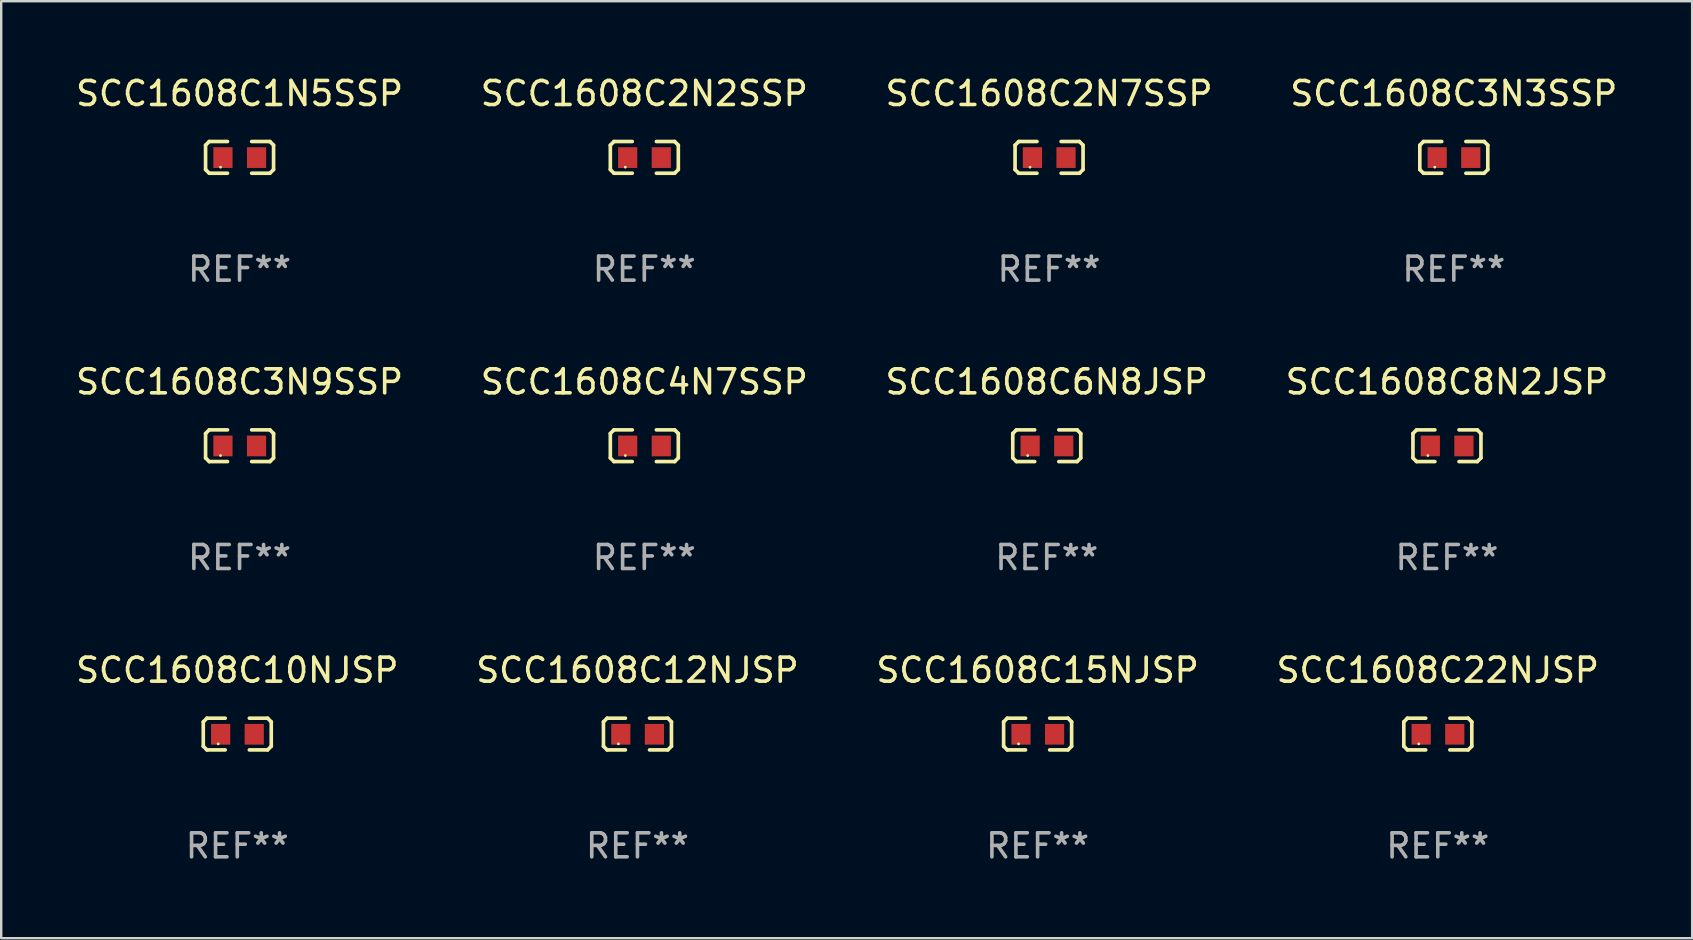
<source format=kicad_pcb>
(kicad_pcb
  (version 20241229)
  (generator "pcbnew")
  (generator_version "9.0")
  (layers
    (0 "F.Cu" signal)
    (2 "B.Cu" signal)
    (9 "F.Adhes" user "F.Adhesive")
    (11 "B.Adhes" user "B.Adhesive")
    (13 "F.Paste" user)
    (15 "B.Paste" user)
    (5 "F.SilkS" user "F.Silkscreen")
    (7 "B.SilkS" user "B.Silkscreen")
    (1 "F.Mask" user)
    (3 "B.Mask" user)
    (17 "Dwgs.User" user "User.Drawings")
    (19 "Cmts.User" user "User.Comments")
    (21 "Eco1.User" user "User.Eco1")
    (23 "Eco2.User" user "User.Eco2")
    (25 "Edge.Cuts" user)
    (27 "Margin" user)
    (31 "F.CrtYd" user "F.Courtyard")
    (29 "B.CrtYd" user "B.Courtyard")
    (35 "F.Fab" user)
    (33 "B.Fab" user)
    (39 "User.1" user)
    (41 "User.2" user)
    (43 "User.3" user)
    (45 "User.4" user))
  (footprint "SCC1608C1N5SSP"
    (layer "F.Cu")
    (at 6.935 3.509)
    (property "Reference" "SCC1608C1N5SSP" (at 0 -2.661 0) (layer "F.SilkS") (effects (font (size 1 1) (thickness 0.15))))
    (attr through_hole)
    (fp_line (start -1.417 -0.508) (end -1.265 -0.661) (stroke (width 0.152) (type solid)) (layer "F.SilkS"))
    (fp_line (start -1.417 0.508) (end -1.417 -0.508) (stroke (width 0.152) (type solid)) (layer "F.SilkS"))
    (fp_line (start -1.265 -0.661) (end -0.503 -0.661) (stroke (width 0.152) (type solid)) (layer "F.SilkS"))
    (fp_line (start -1.265 0.661) (end -1.417 0.508) (stroke (width 0.152) (type solid)) (layer "F.SilkS"))
    (fp_line (start -1.265 0.661) (end -0.503 0.661) (stroke (width 0.152) (type solid)) (layer "F.SilkS"))
    (fp_line (start 1.265 -0.661) (end 0.503 -0.661) (stroke (width 0.152) (type solid)) (layer "F.SilkS"))
    (fp_line (start 1.265 -0.661) (end 1.417 -0.508) (stroke (width 0.152) (type solid)) (layer "F.SilkS"))
    (fp_line (start 1.265 0.661) (end 0.503 0.661) (stroke (width 0.152) (type solid)) (layer "F.SilkS"))
    (fp_line (start 1.417 -0.508) (end 1.417 0.508) (stroke (width 0.152) (type solid)) (layer "F.SilkS"))
    (fp_line (start 1.417 0.508) (end 1.265 0.661) (stroke (width 0.152) (type solid)) (layer "F.SilkS"))
    (fp_circle (center -0.793 0.409) (end -0.763 0.409) (stroke (width 0.06) (type solid)) (fill no) (layer "F.SilkS"))
    (fp_text user "REF**" (at 0 4.661 0) (layer "F.Fab") (effects (font (size 1 1) (thickness 0.15))))
    (pad "1" smd rect (at -0.693 0.009 180) (size 0.8 0.864) (layers "F.Cu" "F.Mask" "F.Paste"))
    (pad "2" smd rect (at 0.707 0.009 180) (size 0.8 0.864) (layers "F.Cu" "F.Mask" "F.Paste")))
  (footprint "SCC1608C2N2SSP"
    (layer "F.Cu")
    (at 23.804 3.509)
    (property "Reference" "SCC1608C2N2SSP" (at 0 -2.661 0) (layer "F.SilkS") (effects (font (size 1 1) (thickness 0.15))))
    (attr through_hole)
    (fp_line (start -1.417 -0.508) (end -1.265 -0.661) (stroke (width 0.152) (type solid)) (layer "F.SilkS"))
    (fp_line (start -1.417 0.508) (end -1.417 -0.508) (stroke (width 0.152) (type solid)) (layer "F.SilkS"))
    (fp_line (start -1.265 -0.661) (end -0.503 -0.661) (stroke (width 0.152) (type solid)) (layer "F.SilkS"))
    (fp_line (start -1.265 0.661) (end -1.417 0.508) (stroke (width 0.152) (type solid)) (layer "F.SilkS"))
    (fp_line (start -1.265 0.661) (end -0.503 0.661) (stroke (width 0.152) (type solid)) (layer "F.SilkS"))
    (fp_line (start 1.265 -0.661) (end 0.503 -0.661) (stroke (width 0.152) (type solid)) (layer "F.SilkS"))
    (fp_line (start 1.265 -0.661) (end 1.417 -0.508) (stroke (width 0.152) (type solid)) (layer "F.SilkS"))
    (fp_line (start 1.265 0.661) (end 0.503 0.661) (stroke (width 0.152) (type solid)) (layer "F.SilkS"))
    (fp_line (start 1.417 -0.508) (end 1.417 0.508) (stroke (width 0.152) (type solid)) (layer "F.SilkS"))
    (fp_line (start 1.417 0.508) (end 1.265 0.661) (stroke (width 0.152) (type solid)) (layer "F.SilkS"))
    (fp_circle (center -0.793 0.409) (end -0.763 0.409) (stroke (width 0.06) (type solid)) (fill no) (layer "F.SilkS"))
    (fp_text user "REF**" (at 0 4.661 0) (layer "F.Fab") (effects (font (size 1 1) (thickness 0.15))))
    (pad "1" smd rect (at -0.693 0.009 180) (size 0.8 0.864) (layers "F.Cu" "F.Mask" "F.Paste"))
    (pad "2" smd rect (at 0.707 0.009 180) (size 0.8 0.864) (layers "F.Cu" "F.Mask" "F.Paste")))
  (footprint "SCC1608C3N3SSP"
    (layer "F.Cu")
    (at 57.542 3.509)
    (property "Reference" "SCC1608C3N3SSP" (at 0 -2.661 0) (layer "F.SilkS") (effects (font (size 1 1) (thickness 0.15))))
    (attr through_hole)
    (fp_line (start -1.417 -0.508) (end -1.265 -0.661) (stroke (width 0.152) (type solid)) (layer "F.SilkS"))
    (fp_line (start -1.417 0.508) (end -1.417 -0.508) (stroke (width 0.152) (type solid)) (layer "F.SilkS"))
    (fp_line (start -1.265 -0.661) (end -0.503 -0.661) (stroke (width 0.152) (type solid)) (layer "F.SilkS"))
    (fp_line (start -1.265 0.661) (end -1.417 0.508) (stroke (width 0.152) (type solid)) (layer "F.SilkS"))
    (fp_line (start -1.265 0.661) (end -0.503 0.661) (stroke (width 0.152) (type solid)) (layer "F.SilkS"))
    (fp_line (start 1.265 -0.661) (end 0.503 -0.661) (stroke (width 0.152) (type solid)) (layer "F.SilkS"))
    (fp_line (start 1.265 -0.661) (end 1.417 -0.508) (stroke (width 0.152) (type solid)) (layer "F.SilkS"))
    (fp_line (start 1.265 0.661) (end 0.503 0.661) (stroke (width 0.152) (type solid)) (layer "F.SilkS"))
    (fp_line (start 1.417 -0.508) (end 1.417 0.508) (stroke (width 0.152) (type solid)) (layer "F.SilkS"))
    (fp_line (start 1.417 0.508) (end 1.265 0.661) (stroke (width 0.152) (type solid)) (layer "F.SilkS"))
    (fp_circle (center -0.793 0.409) (end -0.763 0.409) (stroke (width 0.06) (type solid)) (fill no) (layer "F.SilkS"))
    (fp_text user "REF**" (at 0 4.661 0) (layer "F.Fab") (effects (font (size 1 1) (thickness 0.15))))
    (pad "1" smd rect (at -0.693 0.009 180) (size 0.8 0.864) (layers "F.Cu" "F.Mask" "F.Paste"))
    (pad "2" smd rect (at 0.707 0.009 180) (size 0.8 0.864) (layers "F.Cu" "F.Mask" "F.Paste")))
  (footprint "SCC1608C2N7SSP"
    (layer "F.Cu")
    (at 40.673 3.509)
    (property "Reference" "SCC1608C2N7SSP" (at 0 -2.661 0) (layer "F.SilkS") (effects (font (size 1 1) (thickness 0.15))))
    (attr through_hole)
    (fp_line (start -1.417 -0.508) (end -1.265 -0.661) (stroke (width 0.152) (type solid)) (layer "F.SilkS"))
    (fp_line (start -1.417 0.508) (end -1.417 -0.508) (stroke (width 0.152) (type solid)) (layer "F.SilkS"))
    (fp_line (start -1.265 -0.661) (end -0.503 -0.661) (stroke (width 0.152) (type solid)) (layer "F.SilkS"))
    (fp_line (start -1.265 0.661) (end -1.417 0.508) (stroke (width 0.152) (type solid)) (layer "F.SilkS"))
    (fp_line (start -1.265 0.661) (end -0.503 0.661) (stroke (width 0.152) (type solid)) (layer "F.SilkS"))
    (fp_line (start 1.265 -0.661) (end 0.503 -0.661) (stroke (width 0.152) (type solid)) (layer "F.SilkS"))
    (fp_line (start 1.265 -0.661) (end 1.417 -0.508) (stroke (width 0.152) (type solid)) (layer "F.SilkS"))
    (fp_line (start 1.265 0.661) (end 0.503 0.661) (stroke (width 0.152) (type solid)) (layer "F.SilkS"))
    (fp_line (start 1.417 -0.508) (end 1.417 0.508) (stroke (width 0.152) (type solid)) (layer "F.SilkS"))
    (fp_line (start 1.417 0.508) (end 1.265 0.661) (stroke (width 0.152) (type solid)) (layer "F.SilkS"))
    (fp_circle (center -0.793 0.409) (end -0.763 0.409) (stroke (width 0.06) (type solid)) (fill no) (layer "F.SilkS"))
    (fp_text user "REF**" (at 0 4.661 0) (layer "F.Fab") (effects (font (size 1 1) (thickness 0.15))))
    (pad "1" smd rect (at -0.693 0.009 180) (size 0.8 0.864) (layers "F.Cu" "F.Mask" "F.Paste"))
    (pad "2" smd rect (at 0.707 0.009 180) (size 0.8 0.864) (layers "F.Cu" "F.Mask" "F.Paste")))
  (footprint "SCC1608C8N2JSP"
    (layer "F.Cu")
    (at 57.256 15.527)
    (property "Reference" "SCC1608C8N2JSP" (at 0 -2.661 0) (layer "F.SilkS") (effects (font (size 1 1) (thickness 0.15))))
    (attr through_hole)
    (fp_line (start -1.417 -0.508) (end -1.265 -0.661) (stroke (width 0.152) (type solid)) (layer "F.SilkS"))
    (fp_line (start -1.417 0.508) (end -1.417 -0.508) (stroke (width 0.152) (type solid)) (layer "F.SilkS"))
    (fp_line (start -1.265 -0.661) (end -0.503 -0.661) (stroke (width 0.152) (type solid)) (layer "F.SilkS"))
    (fp_line (start -1.265 0.661) (end -1.417 0.508) (stroke (width 0.152) (type solid)) (layer "F.SilkS"))
    (fp_line (start -1.265 0.661) (end -0.503 0.661) (stroke (width 0.152) (type solid)) (layer "F.SilkS"))
    (fp_line (start 1.265 -0.661) (end 0.503 -0.661) (stroke (width 0.152) (type solid)) (layer "F.SilkS"))
    (fp_line (start 1.265 -0.661) (end 1.417 -0.508) (stroke (width 0.152) (type solid)) (layer "F.SilkS"))
    (fp_line (start 1.265 0.661) (end 0.503 0.661) (stroke (width 0.152) (type solid)) (layer "F.SilkS"))
    (fp_line (start 1.417 -0.508) (end 1.417 0.508) (stroke (width 0.152) (type solid)) (layer "F.SilkS"))
    (fp_line (start 1.417 0.508) (end 1.265 0.661) (stroke (width 0.152) (type solid)) (layer "F.SilkS"))
    (fp_circle (center -0.793 0.409) (end -0.763 0.409) (stroke (width 0.06) (type solid)) (fill no) (layer "F.SilkS"))
    (fp_text user "REF**" (at 0 4.661 0) (layer "F.Fab") (effects (font (size 1 1) (thickness 0.15))))
    (pad "1" smd rect (at -0.693 0.009 180) (size 0.8 0.864) (layers "F.Cu" "F.Mask" "F.Paste"))
    (pad "2" smd rect (at 0.707 0.009 180) (size 0.8 0.864) (layers "F.Cu" "F.Mask" "F.Paste")))
  (footprint "SCC1608C3N9SSP"
    (layer "F.Cu")
    (at 6.935 15.527)
    (property "Reference" "SCC1608C3N9SSP" (at 0 -2.661 0) (layer "F.SilkS") (effects (font (size 1 1) (thickness 0.15))))
    (attr through_hole)
    (fp_line (start -1.417 -0.508) (end -1.265 -0.661) (stroke (width 0.152) (type solid)) (layer "F.SilkS"))
    (fp_line (start -1.417 0.508) (end -1.417 -0.508) (stroke (width 0.152) (type solid)) (layer "F.SilkS"))
    (fp_line (start -1.265 -0.661) (end -0.503 -0.661) (stroke (width 0.152) (type solid)) (layer "F.SilkS"))
    (fp_line (start -1.265 0.661) (end -1.417 0.508) (stroke (width 0.152) (type solid)) (layer "F.SilkS"))
    (fp_line (start -1.265 0.661) (end -0.503 0.661) (stroke (width 0.152) (type solid)) (layer "F.SilkS"))
    (fp_line (start 1.265 -0.661) (end 0.503 -0.661) (stroke (width 0.152) (type solid)) (layer "F.SilkS"))
    (fp_line (start 1.265 -0.661) (end 1.417 -0.508) (stroke (width 0.152) (type solid)) (layer "F.SilkS"))
    (fp_line (start 1.265 0.661) (end 0.503 0.661) (stroke (width 0.152) (type solid)) (layer "F.SilkS"))
    (fp_line (start 1.417 -0.508) (end 1.417 0.508) (stroke (width 0.152) (type solid)) (layer "F.SilkS"))
    (fp_line (start 1.417 0.508) (end 1.265 0.661) (stroke (width 0.152) (type solid)) (layer "F.SilkS"))
    (fp_circle (center -0.793 0.409) (end -0.763 0.409) (stroke (width 0.06) (type solid)) (fill no) (layer "F.SilkS"))
    (fp_text user "REF**" (at 0 4.661 0) (layer "F.Fab") (effects (font (size 1 1) (thickness 0.15))))
    (pad "1" smd rect (at -0.693 0.009 180) (size 0.8 0.864) (layers "F.Cu" "F.Mask" "F.Paste"))
    (pad "2" smd rect (at 0.707 0.009 180) (size 0.8 0.864) (layers "F.Cu" "F.Mask" "F.Paste")))
  (footprint "SCC1608C10NJSP"
    (layer "F.Cu")
    (at 6.839 27.544)
    (property "Reference" "SCC1608C10NJSP" (at 0 -2.661 0) (layer "F.SilkS") (effects (font (size 1 1) (thickness 0.15))))
    (attr through_hole)
    (fp_line (start -1.417 -0.508) (end -1.265 -0.661) (stroke (width 0.152) (type solid)) (layer "F.SilkS"))
    (fp_line (start -1.417 0.508) (end -1.417 -0.508) (stroke (width 0.152) (type solid)) (layer "F.SilkS"))
    (fp_line (start -1.265 -0.661) (end -0.503 -0.661) (stroke (width 0.152) (type solid)) (layer "F.SilkS"))
    (fp_line (start -1.265 0.661) (end -1.417 0.508) (stroke (width 0.152) (type solid)) (layer "F.SilkS"))
    (fp_line (start -1.265 0.661) (end -0.503 0.661) (stroke (width 0.152) (type solid)) (layer "F.SilkS"))
    (fp_line (start 1.265 -0.661) (end 0.503 -0.661) (stroke (width 0.152) (type solid)) (layer "F.SilkS"))
    (fp_line (start 1.265 -0.661) (end 1.417 -0.508) (stroke (width 0.152) (type solid)) (layer "F.SilkS"))
    (fp_line (start 1.265 0.661) (end 0.503 0.661) (stroke (width 0.152) (type solid)) (layer "F.SilkS"))
    (fp_line (start 1.417 -0.508) (end 1.417 0.508) (stroke (width 0.152) (type solid)) (layer "F.SilkS"))
    (fp_line (start 1.417 0.508) (end 1.265 0.661) (stroke (width 0.152) (type solid)) (layer "F.SilkS"))
    (fp_circle (center -0.793 0.409) (end -0.763 0.409) (stroke (width 0.06) (type solid)) (fill no) (layer "F.SilkS"))
    (fp_text user "REF**" (at 0 4.661 0) (layer "F.Fab") (effects (font (size 1 1) (thickness 0.15))))
    (pad "1" smd rect (at -0.693 0.009 180) (size 0.8 0.864) (layers "F.Cu" "F.Mask" "F.Paste"))
    (pad "2" smd rect (at 0.707 0.009 180) (size 0.8 0.864) (layers "F.Cu" "F.Mask" "F.Paste")))
  (footprint "SCC1608C6N8JSP"
    (layer "F.Cu")
    (at 40.577 15.527)
    (property "Reference" "SCC1608C6N8JSP" (at 0 -2.661 0) (layer "F.SilkS") (effects (font (size 1 1) (thickness 0.15))))
    (attr through_hole)
    (fp_line (start -1.417 -0.508) (end -1.265 -0.661) (stroke (width 0.152) (type solid)) (layer "F.SilkS"))
    (fp_line (start -1.417 0.508) (end -1.417 -0.508) (stroke (width 0.152) (type solid)) (layer "F.SilkS"))
    (fp_line (start -1.265 -0.661) (end -0.503 -0.661) (stroke (width 0.152) (type solid)) (layer "F.SilkS"))
    (fp_line (start -1.265 0.661) (end -1.417 0.508) (stroke (width 0.152) (type solid)) (layer "F.SilkS"))
    (fp_line (start -1.265 0.661) (end -0.503 0.661) (stroke (width 0.152) (type solid)) (layer "F.SilkS"))
    (fp_line (start 1.265 -0.661) (end 0.503 -0.661) (stroke (width 0.152) (type solid)) (layer "F.SilkS"))
    (fp_line (start 1.265 -0.661) (end 1.417 -0.508) (stroke (width 0.152) (type solid)) (layer "F.SilkS"))
    (fp_line (start 1.265 0.661) (end 0.503 0.661) (stroke (width 0.152) (type solid)) (layer "F.SilkS"))
    (fp_line (start 1.417 -0.508) (end 1.417 0.508) (stroke (width 0.152) (type solid)) (layer "F.SilkS"))
    (fp_line (start 1.417 0.508) (end 1.265 0.661) (stroke (width 0.152) (type solid)) (layer "F.SilkS"))
    (fp_circle (center -0.793 0.409) (end -0.763 0.409) (stroke (width 0.06) (type solid)) (fill no) (layer "F.SilkS"))
    (fp_text user "REF**" (at 0 4.661 0) (layer "F.Fab") (effects (font (size 1 1) (thickness 0.15))))
    (pad "1" smd rect (at -0.693 0.009 180) (size 0.8 0.864) (layers "F.Cu" "F.Mask" "F.Paste"))
    (pad "2" smd rect (at 0.707 0.009 180) (size 0.8 0.864) (layers "F.Cu" "F.Mask" "F.Paste")))
  (footprint "SCC1608C12NJSP"
    (layer "F.Cu")
    (at 23.518 27.544)
    (property "Reference" "SCC1608C12NJSP" (at 0 -2.661 0) (layer "F.SilkS") (effects (font (size 1 1) (thickness 0.15))))
    (attr through_hole)
    (fp_line (start -1.417 -0.508) (end -1.265 -0.661) (stroke (width 0.152) (type solid)) (layer "F.SilkS"))
    (fp_line (start -1.417 0.508) (end -1.417 -0.508) (stroke (width 0.152) (type solid)) (layer "F.SilkS"))
    (fp_line (start -1.265 -0.661) (end -0.503 -0.661) (stroke (width 0.152) (type solid)) (layer "F.SilkS"))
    (fp_line (start -1.265 0.661) (end -1.417 0.508) (stroke (width 0.152) (type solid)) (layer "F.SilkS"))
    (fp_line (start -1.265 0.661) (end -0.503 0.661) (stroke (width 0.152) (type solid)) (layer "F.SilkS"))
    (fp_line (start 1.265 -0.661) (end 0.503 -0.661) (stroke (width 0.152) (type solid)) (layer "F.SilkS"))
    (fp_line (start 1.265 -0.661) (end 1.417 -0.508) (stroke (width 0.152) (type solid)) (layer "F.SilkS"))
    (fp_line (start 1.265 0.661) (end 0.503 0.661) (stroke (width 0.152) (type solid)) (layer "F.SilkS"))
    (fp_line (start 1.417 -0.508) (end 1.417 0.508) (stroke (width 0.152) (type solid)) (layer "F.SilkS"))
    (fp_line (start 1.417 0.508) (end 1.265 0.661) (stroke (width 0.152) (type solid)) (layer "F.SilkS"))
    (fp_circle (center -0.793 0.409) (end -0.763 0.409) (stroke (width 0.06) (type solid)) (fill no) (layer "F.SilkS"))
    (fp_text user "REF**" (at 0 4.661 0) (layer "F.Fab") (effects (font (size 1 1) (thickness 0.15))))
    (pad "1" smd rect (at -0.693 0.009 180) (size 0.8 0.864) (layers "F.Cu" "F.Mask" "F.Paste"))
    (pad "2" smd rect (at 0.707 0.009 180) (size 0.8 0.864) (layers "F.Cu" "F.Mask" "F.Paste")))
  (footprint "SCC1608C4N7SSP"
    (layer "F.Cu")
    (at 23.804 15.527)
    (property "Reference" "SCC1608C4N7SSP" (at 0 -2.661 0) (layer "F.SilkS") (effects (font (size 1 1) (thickness 0.15))))
    (attr through_hole)
    (fp_line (start -1.417 -0.508) (end -1.265 -0.661) (stroke (width 0.152) (type solid)) (layer "F.SilkS"))
    (fp_line (start -1.417 0.508) (end -1.417 -0.508) (stroke (width 0.152) (type solid)) (layer "F.SilkS"))
    (fp_line (start -1.265 -0.661) (end -0.503 -0.661) (stroke (width 0.152) (type solid)) (layer "F.SilkS"))
    (fp_line (start -1.265 0.661) (end -1.417 0.508) (stroke (width 0.152) (type solid)) (layer "F.SilkS"))
    (fp_line (start -1.265 0.661) (end -0.503 0.661) (stroke (width 0.152) (type solid)) (layer "F.SilkS"))
    (fp_line (start 1.265 -0.661) (end 0.503 -0.661) (stroke (width 0.152) (type solid)) (layer "F.SilkS"))
    (fp_line (start 1.265 -0.661) (end 1.417 -0.508) (stroke (width 0.152) (type solid)) (layer "F.SilkS"))
    (fp_line (start 1.265 0.661) (end 0.503 0.661) (stroke (width 0.152) (type solid)) (layer "F.SilkS"))
    (fp_line (start 1.417 -0.508) (end 1.417 0.508) (stroke (width 0.152) (type solid)) (layer "F.SilkS"))
    (fp_line (start 1.417 0.508) (end 1.265 0.661) (stroke (width 0.152) (type solid)) (layer "F.SilkS"))
    (fp_circle (center -0.793 0.409) (end -0.763 0.409) (stroke (width 0.06) (type solid)) (fill no) (layer "F.SilkS"))
    (fp_text user "REF**" (at 0 4.661 0) (layer "F.Fab") (effects (font (size 1 1) (thickness 0.15))))
    (pad "1" smd rect (at -0.693 0.009 180) (size 0.8 0.864) (layers "F.Cu" "F.Mask" "F.Paste"))
    (pad "2" smd rect (at 0.707 0.009 180) (size 0.8 0.864) (layers "F.Cu" "F.Mask" "F.Paste")))
  (footprint "SCC1608C22NJSP"
    (layer "F.Cu")
    (at 56.875 27.544)
    (property "Reference" "SCC1608C22NJSP" (at 0 -2.661 0) (layer "F.SilkS") (effects (font (size 1 1) (thickness 0.15))))
    (attr through_hole)
    (fp_line (start -1.417 -0.508) (end -1.265 -0.661) (stroke (width 0.152) (type solid)) (layer "F.SilkS"))
    (fp_line (start -1.417 0.508) (end -1.417 -0.508) (stroke (width 0.152) (type solid)) (layer "F.SilkS"))
    (fp_line (start -1.265 -0.661) (end -0.503 -0.661) (stroke (width 0.152) (type solid)) (layer "F.SilkS"))
    (fp_line (start -1.265 0.661) (end -1.417 0.508) (stroke (width 0.152) (type solid)) (layer "F.SilkS"))
    (fp_line (start -1.265 0.661) (end -0.503 0.661) (stroke (width 0.152) (type solid)) (layer "F.SilkS"))
    (fp_line (start 1.265 -0.661) (end 0.503 -0.661) (stroke (width 0.152) (type solid)) (layer "F.SilkS"))
    (fp_line (start 1.265 -0.661) (end 1.417 -0.508) (stroke (width 0.152) (type solid)) (layer "F.SilkS"))
    (fp_line (start 1.265 0.661) (end 0.503 0.661) (stroke (width 0.152) (type solid)) (layer "F.SilkS"))
    (fp_line (start 1.417 -0.508) (end 1.417 0.508) (stroke (width 0.152) (type solid)) (layer "F.SilkS"))
    (fp_line (start 1.417 0.508) (end 1.265 0.661) (stroke (width 0.152) (type solid)) (layer "F.SilkS"))
    (fp_circle (center -0.793 0.409) (end -0.763 0.409) (stroke (width 0.06) (type solid)) (fill no) (layer "F.SilkS"))
    (fp_text user "REF**" (at 0 4.661 0) (layer "F.Fab") (effects (font (size 1 1) (thickness 0.15))))
    (pad "1" smd rect (at -0.693 0.009 180) (size 0.8 0.864) (layers "F.Cu" "F.Mask" "F.Paste"))
    (pad "2" smd rect (at 0.707 0.009 180) (size 0.8 0.864) (layers "F.Cu" "F.Mask" "F.Paste")))
  (footprint "SCC1608C15NJSP"
    (layer "F.Cu")
    (at 40.196 27.544)
    (property "Reference" "SCC1608C15NJSP" (at 0 -2.661 0) (layer "F.SilkS") (effects (font (size 1 1) (thickness 0.15))))
    (attr through_hole)
    (fp_line (start -1.417 -0.508) (end -1.265 -0.661) (stroke (width 0.152) (type solid)) (layer "F.SilkS"))
    (fp_line (start -1.417 0.508) (end -1.417 -0.508) (stroke (width 0.152) (type solid)) (layer "F.SilkS"))
    (fp_line (start -1.265 -0.661) (end -0.503 -0.661) (stroke (width 0.152) (type solid)) (layer "F.SilkS"))
    (fp_line (start -1.265 0.661) (end -1.417 0.508) (stroke (width 0.152) (type solid)) (layer "F.SilkS"))
    (fp_line (start -1.265 0.661) (end -0.503 0.661) (stroke (width 0.152) (type solid)) (layer "F.SilkS"))
    (fp_line (start 1.265 -0.661) (end 0.503 -0.661) (stroke (width 0.152) (type solid)) (layer "F.SilkS"))
    (fp_line (start 1.265 -0.661) (end 1.417 -0.508) (stroke (width 0.152) (type solid)) (layer "F.SilkS"))
    (fp_line (start 1.265 0.661) (end 0.503 0.661) (stroke (width 0.152) (type solid)) (layer "F.SilkS"))
    (fp_line (start 1.417 -0.508) (end 1.417 0.508) (stroke (width 0.152) (type solid)) (layer "F.SilkS"))
    (fp_line (start 1.417 0.508) (end 1.265 0.661) (stroke (width 0.152) (type solid)) (layer "F.SilkS"))
    (fp_circle (center -0.793 0.409) (end -0.763 0.409) (stroke (width 0.06) (type solid)) (fill no) (layer "F.SilkS"))
    (fp_text user "REF**" (at 0 4.661 0) (layer "F.Fab") (effects (font (size 1 1) (thickness 0.15))))
    (pad "1" smd rect (at -0.693 0.009 180) (size 0.8 0.864) (layers "F.Cu" "F.Mask" "F.Paste"))
    (pad "2" smd rect (at 0.707 0.009 180) (size 0.8 0.864) (layers "F.Cu" "F.Mask" "F.Paste")))
  (gr_rect
    (start -3 -3)
    (end 67.476 36.053)
    (stroke (width 0.1) (type default))
    (fill no)
    (layer "Edge.Cuts")))
</source>
